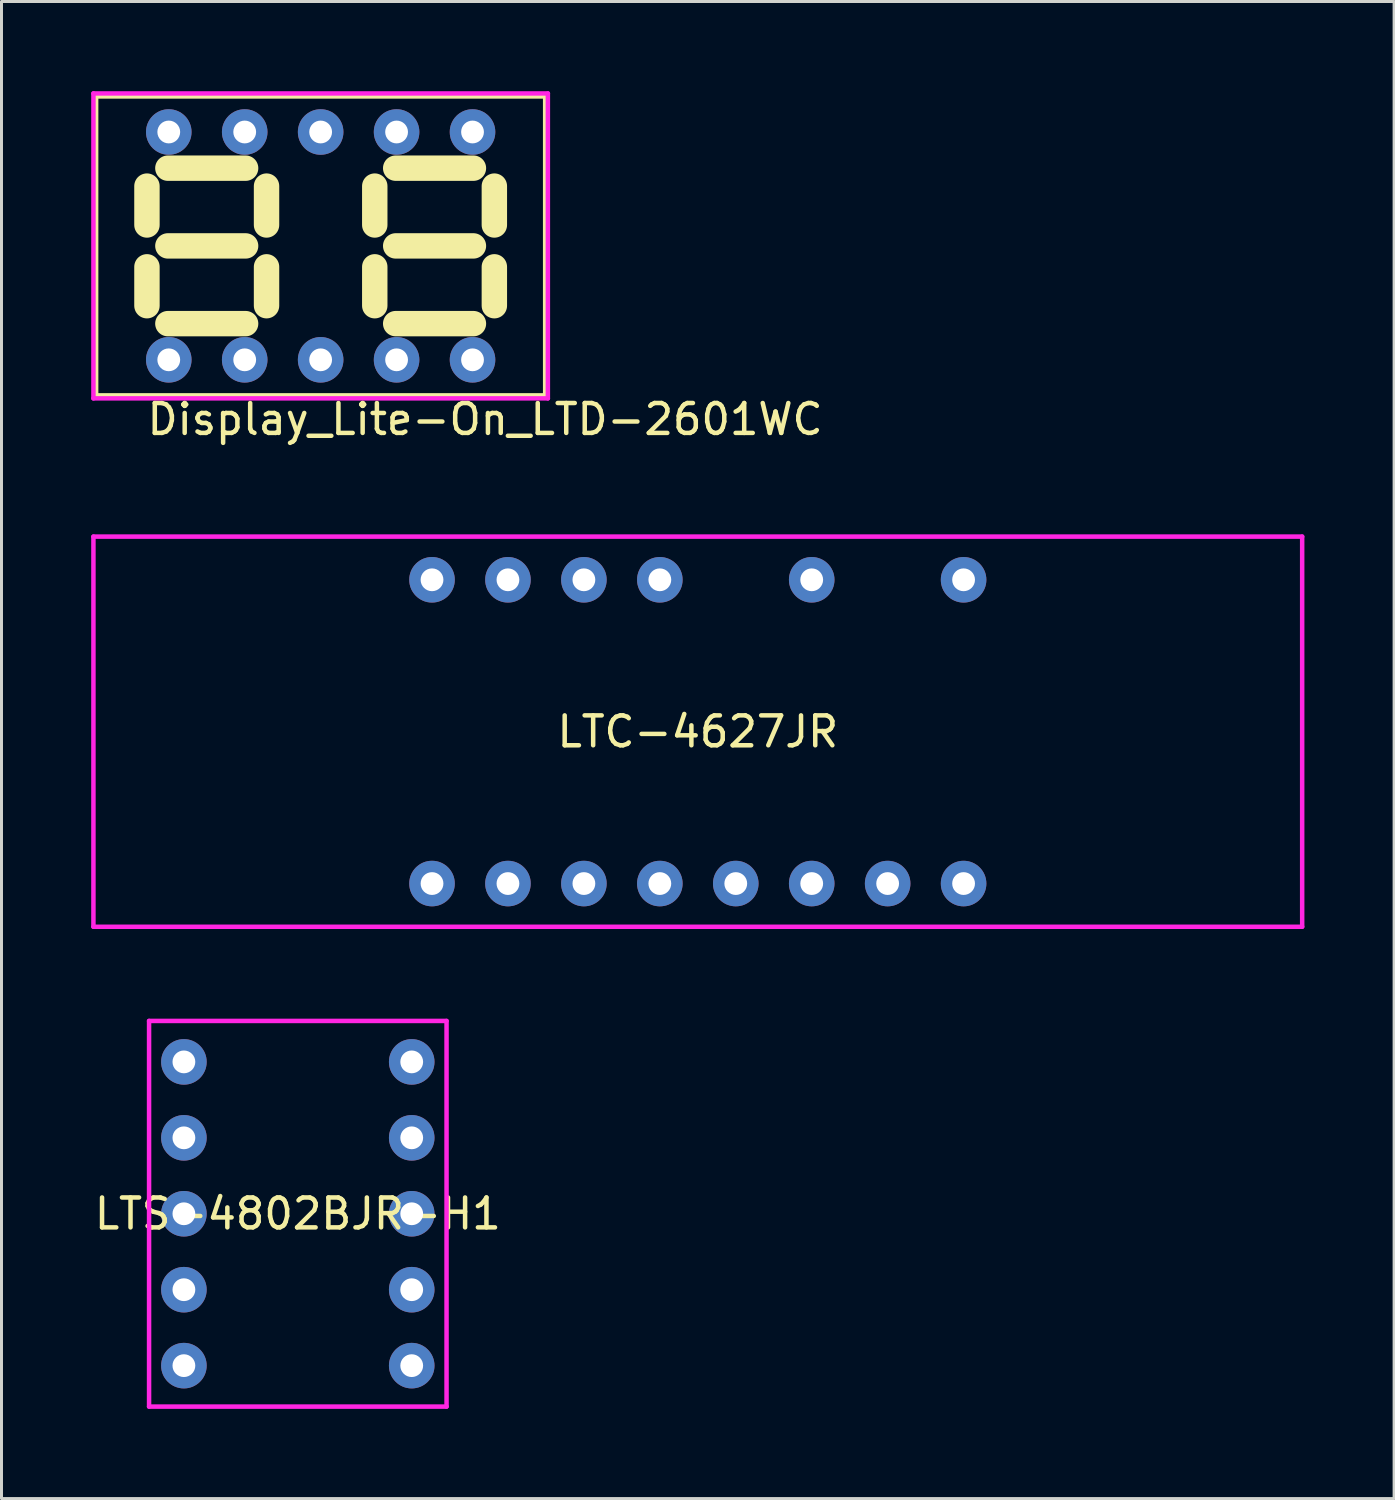
<source format=kicad_pcb>
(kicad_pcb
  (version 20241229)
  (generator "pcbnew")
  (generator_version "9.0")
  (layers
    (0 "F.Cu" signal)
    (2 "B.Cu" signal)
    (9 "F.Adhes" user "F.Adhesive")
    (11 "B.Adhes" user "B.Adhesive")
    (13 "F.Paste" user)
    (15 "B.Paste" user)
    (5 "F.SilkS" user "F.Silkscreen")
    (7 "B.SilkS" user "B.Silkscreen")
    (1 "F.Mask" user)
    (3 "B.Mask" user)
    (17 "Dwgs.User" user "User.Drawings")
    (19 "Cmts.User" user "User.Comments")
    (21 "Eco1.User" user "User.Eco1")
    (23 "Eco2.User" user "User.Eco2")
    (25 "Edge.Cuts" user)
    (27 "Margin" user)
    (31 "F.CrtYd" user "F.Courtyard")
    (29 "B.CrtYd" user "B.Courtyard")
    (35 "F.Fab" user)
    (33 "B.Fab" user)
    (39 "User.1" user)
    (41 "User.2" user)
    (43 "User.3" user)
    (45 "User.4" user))
  (footprint "LTC-4627JR"
    (layer "F.Cu")
    (at 20.29 21.423)
    (property "Reference" "LTC-4627JR" (at 0 0 0) (layer "F.SilkS") (effects (font (size 1 1) (thickness 0.15))))
    (attr through_hole)
    (fp_line (start -20.215 -6.525) (end -20.215 6.525) (stroke (width 0.15) (type solid)) (layer "F.CrtYd"))
    (fp_line (start -20.215 6.525) (end 20.215 6.525) (stroke (width 0.15) (type solid)) (layer "F.CrtYd"))
    (fp_line (start 20.215 -6.525) (end -20.215 -6.525) (stroke (width 0.15) (type solid)) (layer "F.CrtYd"))
    (fp_line (start 20.215 6.525) (end 20.215 -6.525) (stroke (width 0.15) (type solid)) (layer "F.CrtYd"))
    (pad "1" thru_hole circle (at -8.89 5.08) (size 1.524 1.524) (drill 0.762) (layers "*.Cu" "*.Mask"))
    (pad "2" thru_hole circle (at -6.35 5.08) (size 1.524 1.524) (drill 0.762) (layers "*.Cu" "*.Mask"))
    (pad "3" thru_hole circle (at -3.81 5.08) (size 1.524 1.524) (drill 0.762) (layers "*.Cu" "*.Mask"))
    (pad "4" thru_hole circle (at -1.27 5.08) (size 1.524 1.524) (drill 0.762) (layers "*.Cu" "*.Mask"))
    (pad "5" thru_hole circle (at 1.27 5.08) (size 1.524 1.524) (drill 0.762) (layers "*.Cu" "*.Mask"))
    (pad "6" thru_hole circle (at 3.81 5.08) (size 1.524 1.524) (drill 0.762) (layers "*.Cu" "*.Mask"))
    (pad "7" thru_hole circle (at 6.35 5.08) (size 1.524 1.524) (drill 0.762) (layers "*.Cu" "*.Mask"))
    (pad "8" thru_hole circle (at 8.89 5.08) (size 1.524 1.524) (drill 0.762) (layers "*.Cu" "*.Mask"))
    (pad "9" thru_hole circle (at 8.89 -5.08) (size 1.524 1.524) (drill 0.762) (layers "*.Cu" "*.Mask"))
    (pad "11" thru_hole circle (at 3.81 -5.08) (size 1.524 1.524) (drill 0.762) (layers "*.Cu" "*.Mask"))
    (pad "13" thru_hole circle (at -1.27 -5.08) (size 1.524 1.524) (drill 0.762) (layers "*.Cu" "*.Mask"))
    (pad "14" thru_hole circle (at -3.81 -5.08) (size 1.524 1.524) (drill 0.762) (layers "*.Cu" "*.Mask"))
    (pad "15" thru_hole circle (at -6.35 -5.08) (size 1.524 1.524) (drill 0.762) (layers "*.Cu" "*.Mask"))
    (pad "16" thru_hole circle (at -8.89 -5.08) (size 1.524 1.524) (drill 0.762) (layers "*.Cu" "*.Mask")))
  (footprint "LTS-4802BJR-H1"
    (layer "F.Cu")
    (at 6.911 37.548)
    (property "Reference" "LTS-4802BJR-H1" (at 0 0 0) (layer "F.SilkS") (effects (font (size 1 1) (thickness 0.15))))
    (attr through_hole)
    (fp_line (start -4.975 -6.45) (end 4.975 -6.45) (stroke (width 0.15) (type solid)) (layer "F.CrtYd"))
    (fp_line (start -4.975 6.45) (end -4.975 -6.45) (stroke (width 0.15) (type solid)) (layer "F.CrtYd"))
    (fp_line (start 4.975 -6.45) (end 4.975 6.45) (stroke (width 0.15) (type solid)) (layer "F.CrtYd"))
    (fp_line (start 4.975 6.45) (end -4.975 6.45) (stroke (width 0.15) (type solid)) (layer "F.CrtYd"))
    (pad "1" thru_hole circle (at -3.81 -5.08) (size 1.524 1.524) (drill 0.762) (layers "*.Cu" "*.Mask"))
    (pad "2" thru_hole circle (at -3.81 -2.54) (size 1.524 1.524) (drill 0.762) (layers "*.Cu" "*.Mask"))
    (pad "3" thru_hole circle (at -3.81 0) (size 1.524 1.524) (drill 0.762) (layers "*.Cu" "*.Mask"))
    (pad "4" thru_hole circle (at -3.81 2.54) (size 1.524 1.524) (drill 0.762) (layers "*.Cu" "*.Mask"))
    (pad "5" thru_hole circle (at -3.81 5.08) (size 1.524 1.524) (drill 0.762) (layers "*.Cu" "*.Mask"))
    (pad "6" thru_hole circle (at 3.81 5.08) (size 1.524 1.524) (drill 0.762) (layers "*.Cu" "*.Mask"))
    (pad "7" thru_hole circle (at 3.81 2.54) (size 1.524 1.524) (drill 0.762) (layers "*.Cu" "*.Mask"))
    (pad "8" thru_hole circle (at 3.81 0) (size 1.524 1.524) (drill 0.762) (layers "*.Cu" "*.Mask"))
    (pad "9" thru_hole circle (at 3.81 -2.54) (size 1.524 1.524) (drill 0.762) (layers "*.Cu" "*.Mask"))
    (pad "10" thru_hole circle (at 3.81 -5.08) (size 1.524 1.524) (drill 0.762) (layers "*.Cu" "*.Mask")))
  (footprint "Display_Lite-On_LTD-2601WC"
    (layer "F.Cu")
    (at 7.675 5.175)
    (property "Reference" "Display_Lite-On_LTD-2601WC" (at 5.5 5.8 0) (layer "F.SilkS") (effects (font (size 1 1) (thickness 0.15))))
    (attr through_hole)
    (fp_line (start -7.51 -5) (end 7.51 -5) (stroke (width 0.15) (type solid)) (layer "F.SilkS"))
    (fp_line (start -7.51 5) (end -7.51 -5) (stroke (width 0.15) (type solid)) (layer "F.SilkS"))
    (fp_line (start -5.81 -2) (end -5.81 -0.7) (stroke (width 0.85) (type solid)) (layer "F.SilkS"))
    (fp_line (start -5.81 2) (end -5.81 0.7) (stroke (width 0.85) (type solid)) (layer "F.SilkS"))
    (fp_line (start -5.11 -2.6) (end -2.51 -2.6) (stroke (width 0.85) (type solid)) (layer "F.SilkS"))
    (fp_line (start -5.11 0) (end -2.51 0) (stroke (width 0.85) (type solid)) (layer "F.SilkS"))
    (fp_line (start -2.51 2.6) (end -5.11 2.6) (stroke (width 0.85) (type solid)) (layer "F.SilkS"))
    (fp_line (start -1.81 -2) (end -1.81 -0.7) (stroke (width 0.85) (type solid)) (layer "F.SilkS"))
    (fp_line (start -1.81 2) (end -1.81 0.7) (stroke (width 0.85) (type solid)) (layer "F.SilkS"))
    (fp_line (start 1.81 -2) (end 1.81 -0.7) (stroke (width 0.85) (type solid)) (layer "F.SilkS"))
    (fp_line (start 1.81 2) (end 1.81 0.7) (stroke (width 0.85) (type solid)) (layer "F.SilkS"))
    (fp_line (start 2.51 -2.6) (end 5.11 -2.6) (stroke (width 0.85) (type solid)) (layer "F.SilkS"))
    (fp_line (start 2.51 0) (end 5.11 0) (stroke (width 0.85) (type solid)) (layer "F.SilkS"))
    (fp_line (start 5.11 2.6) (end 2.51 2.6) (stroke (width 0.85) (type solid)) (layer "F.SilkS"))
    (fp_line (start 5.81 -2) (end 5.81 -0.7) (stroke (width 0.85) (type solid)) (layer "F.SilkS"))
    (fp_line (start 5.81 2) (end 5.81 0.7) (stroke (width 0.85) (type solid)) (layer "F.SilkS"))
    (fp_line (start 7.51 -5) (end 7.51 5) (stroke (width 0.15) (type solid)) (layer "F.SilkS"))
    (fp_line (start 7.51 5) (end -7.51 5) (stroke (width 0.15) (type solid)) (layer "F.SilkS"))
    (fp_line (start -7.6 -5.1) (end 7.6 -5.1) (stroke (width 0.15) (type solid)) (layer "F.CrtYd"))
    (fp_line (start -7.6 5.1) (end -7.6 -5.1) (stroke (width 0.15) (type solid)) (layer "F.CrtYd"))
    (fp_line (start 7.6 -5.1) (end 7.6 5.1) (stroke (width 0.15) (type solid)) (layer "F.CrtYd"))
    (fp_line (start 7.6 5.1) (end -7.6 5.1) (stroke (width 0.15) (type solid)) (layer "F.CrtYd"))
    (pad "1" thru_hole circle (at -5.08 3.81) (size 1.524 1.524) (drill 0.762) (layers "*.Cu" "*.Mask"))
    (pad "2" thru_hole circle (at -2.54 3.81) (size 1.524 1.524) (drill 0.762) (layers "*.Cu" "*.Mask"))
    (pad "3" thru_hole circle (at 0 3.81) (size 1.524 1.524) (drill 0.762) (layers "*.Cu" "*.Mask"))
    (pad "4" thru_hole circle (at 2.54 3.81) (size 1.524 1.524) (drill 0.762) (layers "*.Cu" "*.Mask"))
    (pad "5" thru_hole circle (at 5.08 3.81) (size 1.524 1.524) (drill 0.762) (layers "*.Cu" "*.Mask"))
    (pad "6" thru_hole circle (at 5.08 -3.81) (size 1.524 1.524) (drill 0.762) (layers "*.Cu" "*.Mask"))
    (pad "7" thru_hole circle (at 2.54 -3.81) (size 1.524 1.524) (drill 0.762) (layers "*.Cu" "*.Mask"))
    (pad "8" thru_hole circle (at 0 -3.81) (size 1.524 1.524) (drill 0.762) (layers "*.Cu" "*.Mask"))
    (pad "9" thru_hole circle (at -2.54 -3.81) (size 1.524 1.524) (drill 0.762) (layers "*.Cu" "*.Mask"))
    (pad "10" thru_hole circle (at -5.08 -3.81) (size 1.524 1.524) (drill 0.762) (layers "*.Cu" "*.Mask")))
  (gr_rect
    (start -3 -3)
    (end 43.58 47.073)
    (stroke (width 0.1) (type default))
    (fill no)
    (layer "Edge.Cuts")))
</source>
